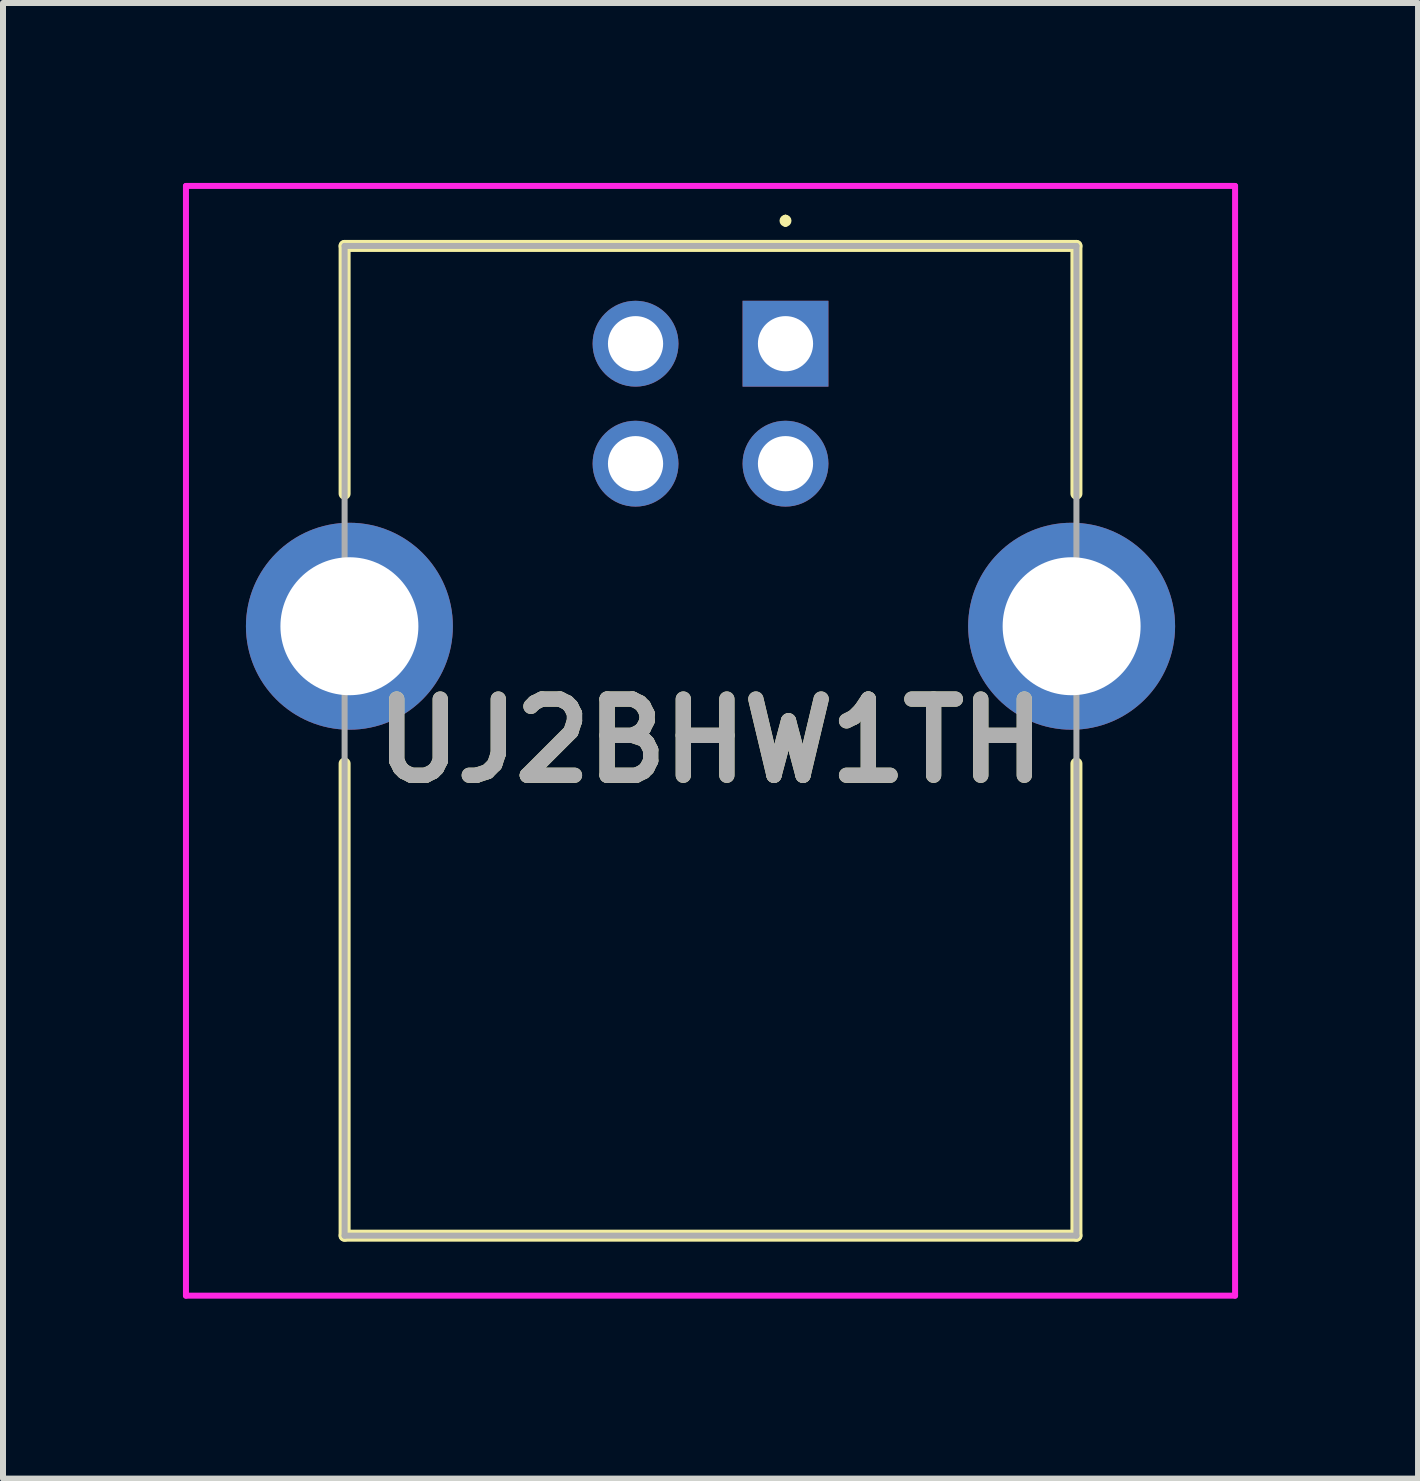
<source format=kicad_pcb>
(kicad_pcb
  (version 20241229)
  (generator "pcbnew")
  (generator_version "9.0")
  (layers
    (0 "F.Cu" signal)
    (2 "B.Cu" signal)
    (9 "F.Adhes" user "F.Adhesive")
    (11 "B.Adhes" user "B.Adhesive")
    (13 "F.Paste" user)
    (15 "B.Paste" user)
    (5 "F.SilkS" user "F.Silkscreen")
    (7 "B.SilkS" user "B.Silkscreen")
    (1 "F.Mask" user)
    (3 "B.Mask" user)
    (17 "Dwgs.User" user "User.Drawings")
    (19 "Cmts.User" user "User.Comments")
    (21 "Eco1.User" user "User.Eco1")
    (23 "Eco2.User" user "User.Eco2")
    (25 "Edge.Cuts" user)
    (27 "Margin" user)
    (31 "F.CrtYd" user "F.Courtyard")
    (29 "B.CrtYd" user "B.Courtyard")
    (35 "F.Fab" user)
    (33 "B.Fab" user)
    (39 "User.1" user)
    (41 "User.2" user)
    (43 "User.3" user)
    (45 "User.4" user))
  (footprint "UJ2BHW1TH"
    (layer "F.Cu")
    (at 10.045 2.68)
    (property "Reference" "UJ2BHW1TH" (at -1.25 6.62 0) (layer "F.SilkS") (effects (font (size 1.27 1.27) (thickness 0.254))))
    (attr through_hole)
    (fp_line (start -7.35 -1.63) (end 4.85 -1.63) (stroke (width 0.2) (type solid)) (layer "F.SilkS"))
    (fp_line (start -7.35 2.5) (end -7.35 -1.63) (stroke (width 0.2) (type solid)) (layer "F.SilkS"))
    (fp_line (start -7.35 14.87) (end -7.35 7) (stroke (width 0.2) (type solid)) (layer "F.SilkS"))
    (fp_line (start 0 -2.1) (end 0 -2.1) (stroke (width 0.1) (type solid)) (layer "F.SilkS"))
    (fp_line (start 0 -2) (end 0 -2) (stroke (width 0.1) (type solid)) (layer "F.SilkS"))
    (fp_line (start 4.85 -1.63) (end 4.85 2.5) (stroke (width 0.2) (type solid)) (layer "F.SilkS"))
    (fp_line (start 4.85 7) (end 4.85 14.87) (stroke (width 0.2) (type solid)) (layer "F.SilkS"))
    (fp_line (start 4.85 14.87) (end -7.35 14.87) (stroke (width 0.2) (type solid)) (layer "F.SilkS"))
    (fp_arc (start 0 -2.1) (mid 0.05 -2.05) (end 0 -2) (stroke (width 0.1) (type solid)) (layer "F.SilkS"))
    (fp_arc (start 0 -2) (mid -0.05 -2.05) (end 0 -2.1) (stroke (width 0.1) (type solid)) (layer "F.SilkS"))
    (fp_line (start -9.995 -2.63) (end 7.495 -2.63) (stroke (width 0.1) (type solid)) (layer "F.CrtYd"))
    (fp_line (start -9.995 15.87) (end -9.995 -2.63) (stroke (width 0.1) (type solid)) (layer "F.CrtYd"))
    (fp_line (start 7.495 -2.63) (end 7.495 15.87) (stroke (width 0.1) (type solid)) (layer "F.CrtYd"))
    (fp_line (start 7.495 15.87) (end -9.995 15.87) (stroke (width 0.1) (type solid)) (layer "F.CrtYd"))
    (fp_line (start -7.35 -1.63) (end 4.85 -1.63) (stroke (width 0.1) (type solid)) (layer "F.Fab"))
    (fp_line (start -7.35 14.87) (end -7.35 -1.63) (stroke (width 0.1) (type solid)) (layer "F.Fab"))
    (fp_line (start 4.85 -1.63) (end 4.85 14.87) (stroke (width 0.1) (type solid)) (layer "F.Fab"))
    (fp_line (start 4.85 14.87) (end -7.35 14.87) (stroke (width 0.1) (type solid)) (layer "F.Fab"))
    (fp_text user "${REFERENCE}" (at -1.25 6.62 0) (layer "F.Fab") (effects (font (size 1.27 1.27) (thickness 0.254))))
    (pad "1" thru_hole rect (at 0 0) (size 1.431 1.431) (drill 0.92) (layers "*.Cu" "*.Mask"))
    (pad "2" thru_hole circle (at -2.5 0) (size 1.431 1.431) (drill 0.92) (layers "*.Cu" "*.Mask"))
    (pad "3" thru_hole circle (at -2.5 2) (size 1.431 1.431) (drill 0.92) (layers "*.Cu" "*.Mask"))
    (pad "4" thru_hole circle (at 0 2) (size 1.431 1.431) (drill 0.92) (layers "*.Cu" "*.Mask"))
    (pad "MH1" thru_hole circle (at -7.27 4.71) (size 3.45 3.45) (drill 2.3) (layers "*.Cu" "*.Mask"))
    (pad "MH2" thru_hole circle (at 4.77 4.71) (size 3.45 3.45) (drill 2.3) (layers "*.Cu" "*.Mask")))
  (gr_rect
    (start -3 -3)
    (end 20.59 21.6)
    (stroke (width 0.1) (type default))
    (fill no)
    (layer "Edge.Cuts")))
</source>
